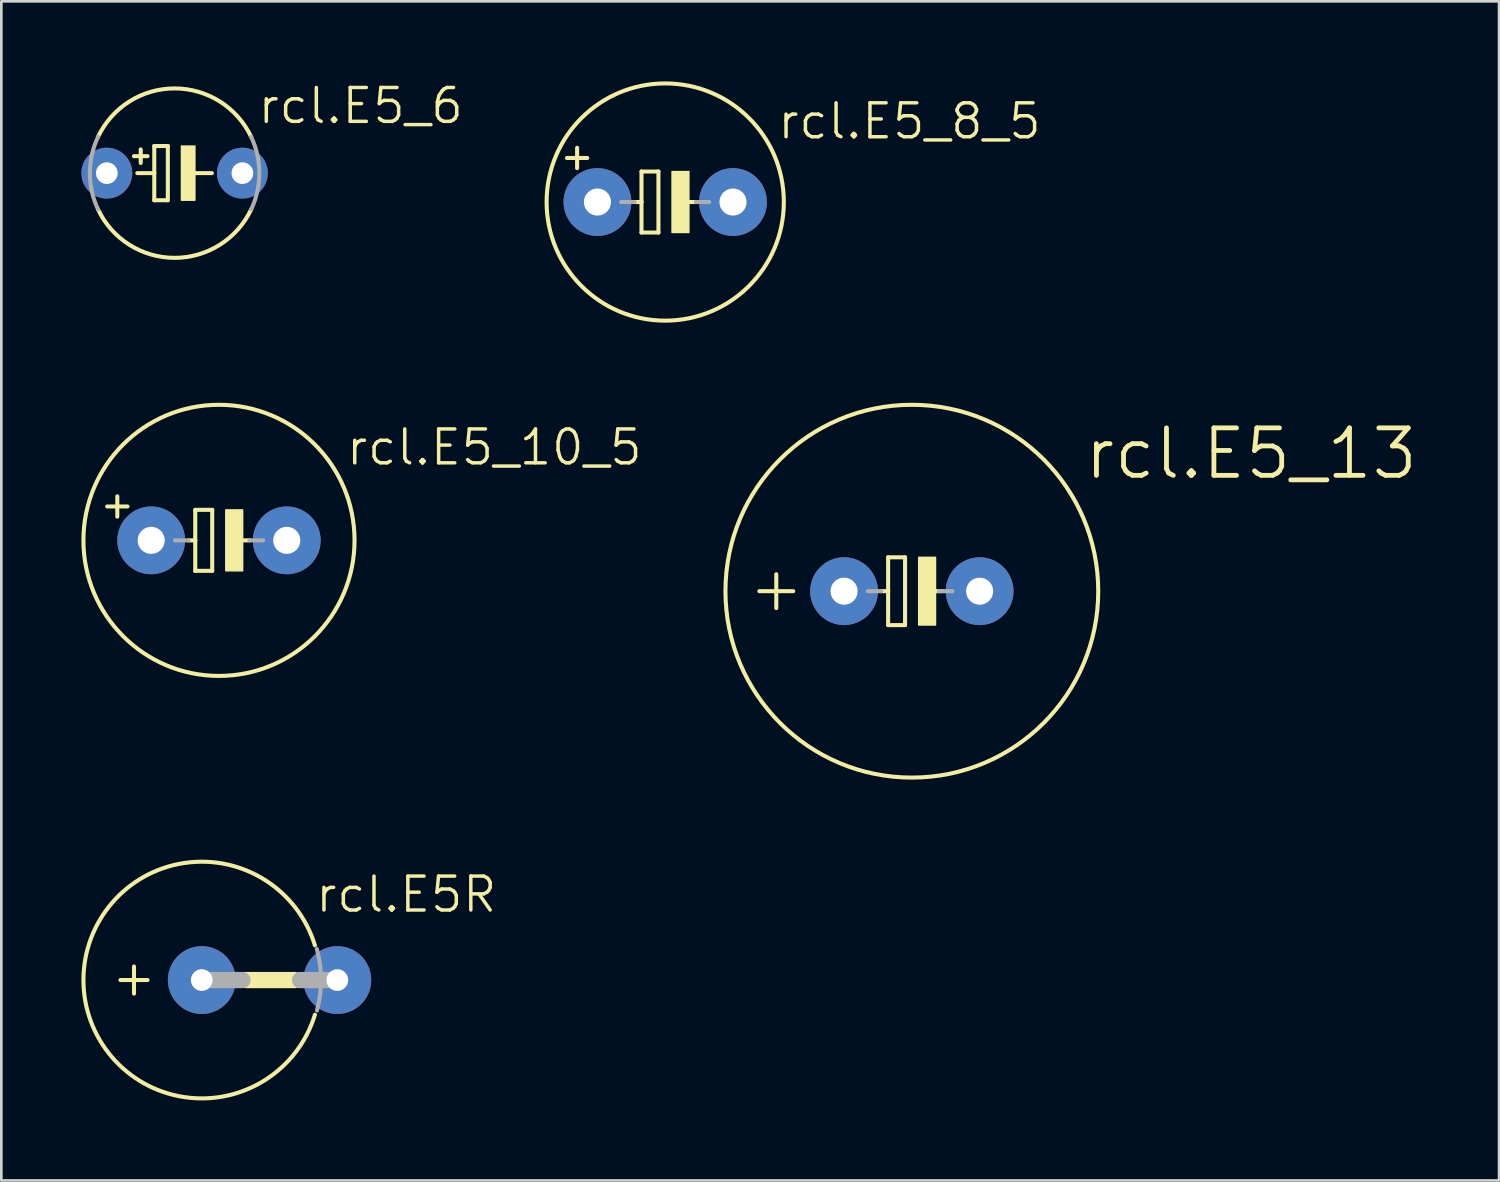
<source format=kicad_pcb>
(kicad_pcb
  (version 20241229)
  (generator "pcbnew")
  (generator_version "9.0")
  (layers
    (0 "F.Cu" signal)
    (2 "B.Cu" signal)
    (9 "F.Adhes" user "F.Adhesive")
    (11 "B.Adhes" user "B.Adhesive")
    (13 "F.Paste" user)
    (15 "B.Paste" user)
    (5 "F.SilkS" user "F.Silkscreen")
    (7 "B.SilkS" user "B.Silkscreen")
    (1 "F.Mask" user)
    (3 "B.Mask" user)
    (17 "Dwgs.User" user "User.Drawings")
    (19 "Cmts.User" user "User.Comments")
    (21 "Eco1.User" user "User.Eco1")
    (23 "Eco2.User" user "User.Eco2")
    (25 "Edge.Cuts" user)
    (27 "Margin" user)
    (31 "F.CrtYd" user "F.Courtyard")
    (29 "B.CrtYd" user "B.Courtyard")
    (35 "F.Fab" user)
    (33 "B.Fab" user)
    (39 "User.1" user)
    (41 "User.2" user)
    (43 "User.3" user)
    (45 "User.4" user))
  (footprint "rcl.E5R"
    (layer "F.Cu")
    (at 7.051 33.676)
    (property "Reference" "rcl.E5R" (at 1.651 -2.464 0) (layer "F.SilkS") (effects (font (size 1.27 1.27) (thickness 0.13)) (justify left bottom)))
    (attr through_hole)
    (fp_line (start -5.588 0) (end -4.572 0) (stroke (width 0.152) (type default)) (layer "F.SilkS"))
    (fp_line (start -5.08 0.508) (end -5.08 -0.508) (stroke (width 0.152) (type default)) (layer "F.SilkS"))
    (fp_line (start -0.889 0) (end 0.94 0) (stroke (width 0.61) (type default)) (layer "F.SilkS"))
    (fp_arc (start 1.699999 1.3) (mid -6.974839 -0.000101) (end 1.700029 -1.300006) (stroke (width 0.1524) (type default)) (layer "F.SilkS"))
    (fp_line (start -2.54 0) (end -1.016 0) (stroke (width 0.61) (type default)) (layer "F.Fab"))
    (fp_line (start 2.54 0) (end 1.143 0) (stroke (width 0.61) (type default)) (layer "F.Fab"))
    (fp_arc (start 1.7732 -1.1613) (mid 1.926798 -0.009471) (end 1.7781 1.143) (stroke (width 0.1524) (type default)) (layer "F.Fab"))
    (pad "+" thru_hole circle (at -2.54 0) (size 2.54 2.54) (drill 0.813) (layers "*.Cu" "*.Mask"))
    (pad "-" thru_hole circle (at 2.54 0) (size 2.54 2.54) (drill 0.813) (layers "*.Cu" "*.Mask")))
  (footprint "rcl.E5_10_5"
    (layer "F.Cu")
    (at 5.156 17.199)
    (property "Reference" "rcl.E5_10_5" (at 4.699 -2.743 0) (layer "F.SilkS") (effects (font (size 1.27 1.27) (thickness 0.13)) (justify left bottom)))
    (attr through_hole)
    (fp_line (start -3.81 -1.651) (end -3.81 -0.889) (stroke (width 0.152) (type default)) (layer "F.SilkS"))
    (fp_line (start -3.429 -1.27) (end -4.191 -1.27) (stroke (width 0.152) (type default)) (layer "F.SilkS"))
    (fp_line (start -1.143 0) (end -0.889 0) (stroke (width 0.152) (type default)) (layer "F.SilkS"))
    (fp_line (start -0.889 -1.143) (end -0.889 0) (stroke (width 0.152) (type default)) (layer "F.SilkS"))
    (fp_line (start -0.889 0) (end -0.889 1.143) (stroke (width 0.152) (type default)) (layer "F.SilkS"))
    (fp_line (start -0.889 1.143) (end -0.254 1.143) (stroke (width 0.152) (type default)) (layer "F.SilkS"))
    (fp_line (start -0.254 -1.143) (end -0.889 -1.143) (stroke (width 0.152) (type default)) (layer "F.SilkS"))
    (fp_line (start -0.254 1.143) (end -0.254 -1.143) (stroke (width 0.152) (type default)) (layer "F.SilkS"))
    (fp_line (start 0.635 0) (end 1.143 0) (stroke (width 0.152) (type default)) (layer "F.SilkS"))
    (fp_rect (start 0.254 1.143) (end 0.889 -1.143) (stroke (width 0.05) (type default)) (fill yes) (layer "F.SilkS"))
    (fp_circle (center 0 0) (end 5.08 0) (stroke (width 0.152) (type default)) (fill no) (layer "F.SilkS"))
    (fp_line (start -1.651 0) (end -1.143 0) (stroke (width 0.152) (type default)) (layer "F.Fab"))
    (fp_line (start 1.143 0) (end 1.651 0) (stroke (width 0.152) (type default)) (layer "F.Fab"))
    (pad "+" thru_hole circle (at -2.54 0) (size 2.54 2.54) (drill 1.016) (layers "*.Cu" "*.Mask"))
    (pad "-" thru_hole circle (at 2.54 0) (size 2.54 2.54) (drill 1.016) (layers "*.Cu" "*.Mask")))
  (footprint "rcl.E5_13"
    (layer "F.Cu")
    (at 31.12 19.104)
    (property "Reference" "rcl.E5_13" (at 6.375 -4.115 0) (layer "F.SilkS") (effects (font (size 1.778 1.778) (thickness 0.18)) (justify left bottom)))
    (attr through_hole)
    (fp_line (start -5.715 0) (end -4.445 0) (stroke (width 0.152) (type default)) (layer "F.SilkS"))
    (fp_line (start -5.08 0.635) (end -5.08 -0.635) (stroke (width 0.152) (type default)) (layer "F.SilkS"))
    (fp_line (start -1.143 0) (end -0.889 0) (stroke (width 0.152) (type default)) (layer "F.SilkS"))
    (fp_line (start -0.889 -1.27) (end -0.889 0) (stroke (width 0.152) (type default)) (layer "F.SilkS"))
    (fp_line (start -0.889 0) (end -0.889 1.27) (stroke (width 0.152) (type default)) (layer "F.SilkS"))
    (fp_line (start -0.889 1.27) (end -0.254 1.27) (stroke (width 0.152) (type default)) (layer "F.SilkS"))
    (fp_line (start -0.254 -1.27) (end -0.889 -1.27) (stroke (width 0.152) (type default)) (layer "F.SilkS"))
    (fp_line (start -0.254 1.27) (end -0.254 -1.27) (stroke (width 0.152) (type default)) (layer "F.SilkS"))
    (fp_line (start 0.635 0) (end 1.143 0) (stroke (width 0.152) (type default)) (layer "F.SilkS"))
    (fp_rect (start 0.254 1.27) (end 0.889 -1.27) (stroke (width 0.05) (type default)) (fill yes) (layer "F.SilkS"))
    (fp_circle (center 0 0) (end 6.985 0) (stroke (width 0.152) (type default)) (fill no) (layer "F.SilkS"))
    (fp_line (start -1.651 0) (end -1.143 0) (stroke (width 0.152) (type default)) (layer "F.Fab"))
    (fp_line (start 1.016 0) (end 1.524 0) (stroke (width 0.152) (type default)) (layer "F.Fab"))
    (pad "+" thru_hole circle (at -2.54 0) (size 2.54 2.54) (drill 1.016) (layers "*.Cu" "*.Mask"))
    (pad "-" thru_hole circle (at 2.54 0) (size 2.54 2.54) (drill 1.016) (layers "*.Cu" "*.Mask")))
  (footprint "rcl.E5_6"
    (layer "F.Cu")
    (at 3.493 3.438)
    (property "Reference" "rcl.E5_6" (at 3.048 -1.778 0) (layer "F.SilkS") (effects (font (size 1.27 1.27) (thickness 0.13)) (justify left bottom)))
    (attr through_hole)
    (fp_line (start -1.524 -0.635) (end -1.016 -0.635) (stroke (width 0.152) (type default)) (layer "F.SilkS"))
    (fp_line (start -1.397 0) (end -0.762 0) (stroke (width 0.152) (type default)) (layer "F.SilkS"))
    (fp_line (start -1.27 -0.381) (end -1.27 -0.889) (stroke (width 0.152) (type default)) (layer "F.SilkS"))
    (fp_line (start -0.762 -1.016) (end -0.762 0) (stroke (width 0.152) (type default)) (layer "F.SilkS"))
    (fp_line (start -0.762 0) (end -0.762 1.016) (stroke (width 0.152) (type default)) (layer "F.SilkS"))
    (fp_line (start -0.762 1.016) (end -0.254 1.016) (stroke (width 0.152) (type default)) (layer "F.SilkS"))
    (fp_line (start -0.254 -1.016) (end -0.762 -1.016) (stroke (width 0.152) (type default)) (layer "F.SilkS"))
    (fp_line (start -0.254 1.016) (end -0.254 -1.016) (stroke (width 0.152) (type default)) (layer "F.SilkS"))
    (fp_line (start 0.635 0) (end 1.397 0) (stroke (width 0.152) (type default)) (layer "F.SilkS"))
    (fp_rect (start 0.254 1.016) (end 0.762 -1.016) (stroke (width 0.05) (type default)) (fill yes) (layer "F.SilkS"))
    (fp_arc (start -2.8702 -1.3574) (mid 0 -3.174993) (end 2.8702 -1.3574) (stroke (width 0.1524) (type default)) (layer "F.SilkS"))
    (fp_arc (start 2.8702 1.3574) (mid 0 3.174993) (end -2.8702 1.3574) (stroke (width 0.1524) (type default)) (layer "F.SilkS"))
    (fp_arc (start -2.8702 1.3574) (mid -3.174993 0) (end -2.8702 -1.3574) (stroke (width 0.1524) (type default)) (layer "F.Fab"))
    (fp_arc (start 2.8702 -1.3574) (mid 3.174993 0) (end 2.8702 1.3574) (stroke (width 0.1524) (type default)) (layer "F.Fab"))
    (pad "+" thru_hole circle (at -2.54 0) (size 1.905 1.905) (drill 0.813) (layers "*.Cu" "*.Mask"))
    (pad "-" thru_hole circle (at 2.54 0) (size 1.905 1.905) (drill 0.813) (layers "*.Cu" "*.Mask")))
  (footprint "rcl.E5_8_5"
    (layer "F.Cu")
    (at 21.878 4.521)
    (property "Reference" "rcl.E5_8_5" (at 4.14 -2.286 0) (layer "F.SilkS") (effects (font (size 1.27 1.27) (thickness 0.13)) (justify left bottom)))
    (attr through_hole)
    (fp_line (start -3.683 -1.651) (end -2.921 -1.651) (stroke (width 0.152) (type default)) (layer "F.SilkS"))
    (fp_line (start -3.302 -2.032) (end -3.302 -1.27) (stroke (width 0.152) (type default)) (layer "F.SilkS"))
    (fp_line (start -1.143 0) (end -0.889 0) (stroke (width 0.152) (type default)) (layer "F.SilkS"))
    (fp_line (start -0.889 -1.143) (end -0.889 0) (stroke (width 0.152) (type default)) (layer "F.SilkS"))
    (fp_line (start -0.889 0) (end -0.889 1.143) (stroke (width 0.152) (type default)) (layer "F.SilkS"))
    (fp_line (start -0.889 1.143) (end -0.254 1.143) (stroke (width 0.152) (type default)) (layer "F.SilkS"))
    (fp_line (start -0.254 -1.143) (end -0.889 -1.143) (stroke (width 0.152) (type default)) (layer "F.SilkS"))
    (fp_line (start -0.254 1.143) (end -0.254 -1.143) (stroke (width 0.152) (type default)) (layer "F.SilkS"))
    (fp_line (start 0.635 0) (end 1.143 0) (stroke (width 0.152) (type default)) (layer "F.SilkS"))
    (fp_rect (start 0.254 1.143) (end 0.889 -1.143) (stroke (width 0.05) (type default)) (fill yes) (layer "F.SilkS"))
    (fp_circle (center 0 0) (end 4.445 0) (stroke (width 0.152) (type default)) (fill no) (layer "F.SilkS"))
    (fp_line (start -1.651 0) (end -1.143 0) (stroke (width 0.152) (type default)) (layer "F.Fab"))
    (fp_line (start 1.143 0) (end 1.651 0) (stroke (width 0.152) (type default)) (layer "F.Fab"))
    (pad "+" thru_hole circle (at -2.54 0) (size 2.54 2.54) (drill 1.016) (layers "*.Cu" "*.Mask"))
    (pad "-" thru_hole circle (at 2.54 0) (size 2.54 2.54) (drill 1.016) (layers "*.Cu" "*.Mask")))
  (gr_rect
    (start -3 -3)
    (end 53.125 41.187)
    (stroke (width 0.1) (type default))
    (fill no)
    (layer "Edge.Cuts")))
</source>
